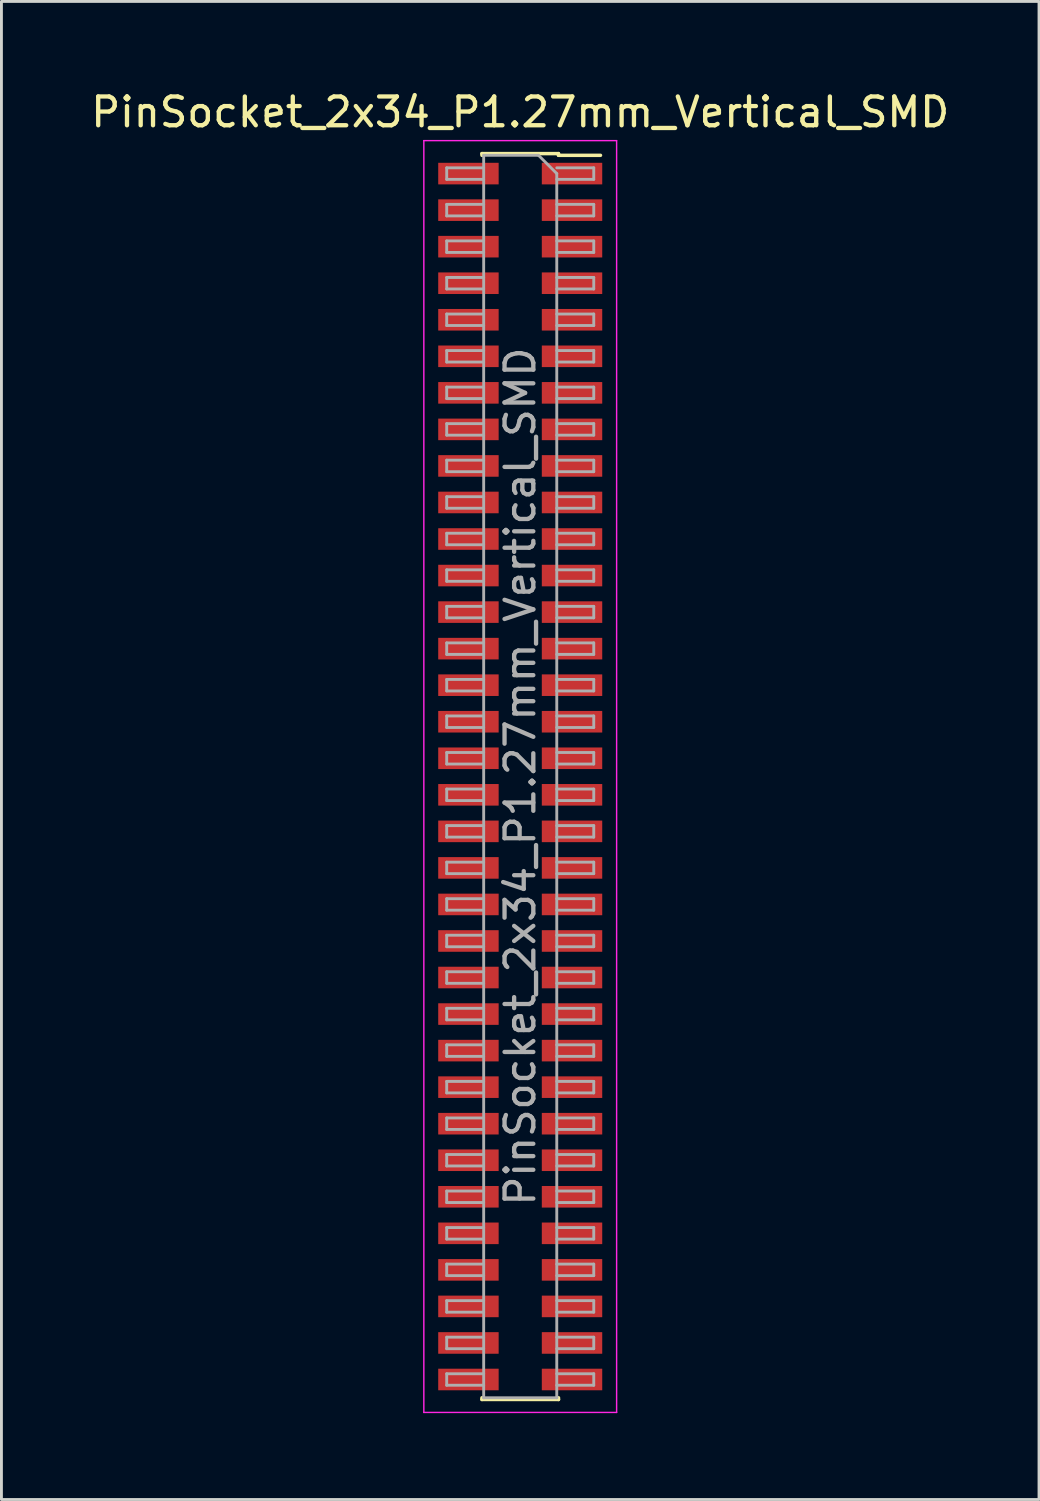
<source format=kicad_pcb>
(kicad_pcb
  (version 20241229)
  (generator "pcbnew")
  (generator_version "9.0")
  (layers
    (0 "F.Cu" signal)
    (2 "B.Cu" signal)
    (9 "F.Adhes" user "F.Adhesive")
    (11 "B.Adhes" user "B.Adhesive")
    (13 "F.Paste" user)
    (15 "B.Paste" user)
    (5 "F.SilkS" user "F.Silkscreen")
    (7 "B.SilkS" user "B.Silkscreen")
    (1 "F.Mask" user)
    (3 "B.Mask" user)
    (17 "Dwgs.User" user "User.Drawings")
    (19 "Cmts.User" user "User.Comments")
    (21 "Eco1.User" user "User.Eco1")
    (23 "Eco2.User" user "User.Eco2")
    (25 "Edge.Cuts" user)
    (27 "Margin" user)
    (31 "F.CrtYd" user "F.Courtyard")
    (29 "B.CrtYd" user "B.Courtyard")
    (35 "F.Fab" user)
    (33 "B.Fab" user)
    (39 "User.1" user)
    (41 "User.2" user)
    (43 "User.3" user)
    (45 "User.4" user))
  (footprint "PinSocket_2x34_P1.27mm_Vertical_SMD"
    (layer "F.Cu")
    (at 15.03 23.938)
    (property "Reference" "PinSocket_2x34_P1.27mm_Vertical_SMD" (at 0 -23.09 0) (layer "F.SilkS") (effects (font (size 1 1) (thickness 0.15))))
    (attr smd)
    (fp_line (start -1.33 -21.65) (end -1.33 -21.59) (stroke (width 0.12) (type solid)) (layer "F.SilkS"))
    (fp_line (start -1.33 -21.65) (end 1.33 -21.65) (stroke (width 0.12) (type solid)) (layer "F.SilkS"))
    (fp_line (start -1.33 21.59) (end -1.33 21.65) (stroke (width 0.12) (type solid)) (layer "F.SilkS"))
    (fp_line (start -1.33 21.65) (end 1.33 21.65) (stroke (width 0.12) (type solid)) (layer "F.SilkS"))
    (fp_line (start 1.33 -21.65) (end 1.33 -21.59) (stroke (width 0.12) (type solid)) (layer "F.SilkS"))
    (fp_line (start 1.33 -21.59) (end 2.79 -21.59) (stroke (width 0.12) (type solid)) (layer "F.SilkS"))
    (fp_line (start 1.33 21.59) (end 1.33 21.65) (stroke (width 0.12) (type solid)) (layer "F.SilkS"))
    (fp_line (start -3.35 -22.1) (end 3.35 -22.1) (stroke (width 0.05) (type solid)) (layer "F.CrtYd"))
    (fp_line (start -3.35 22.1) (end -3.35 -22.1) (stroke (width 0.05) (type solid)) (layer "F.CrtYd"))
    (fp_line (start 3.35 -22.1) (end 3.35 22.1) (stroke (width 0.05) (type solid)) (layer "F.CrtYd"))
    (fp_line (start 3.35 22.1) (end -3.35 22.1) (stroke (width 0.05) (type solid)) (layer "F.CrtYd"))
    (fp_line (start -2.555 -21.155) (end -1.27 -21.155) (stroke (width 0.1) (type solid)) (layer "F.Fab"))
    (fp_line (start -2.555 -20.755) (end -2.555 -21.155) (stroke (width 0.1) (type solid)) (layer "F.Fab"))
    (fp_line (start -2.555 -19.885) (end -1.27 -19.885) (stroke (width 0.1) (type solid)) (layer "F.Fab"))
    (fp_line (start -2.555 -19.485) (end -2.555 -19.885) (stroke (width 0.1) (type solid)) (layer "F.Fab"))
    (fp_line (start -2.555 -18.615) (end -1.27 -18.615) (stroke (width 0.1) (type solid)) (layer "F.Fab"))
    (fp_line (start -2.555 -18.215) (end -2.555 -18.615) (stroke (width 0.1) (type solid)) (layer "F.Fab"))
    (fp_line (start -2.555 -17.345) (end -1.27 -17.345) (stroke (width 0.1) (type solid)) (layer "F.Fab"))
    (fp_line (start -2.555 -16.945) (end -2.555 -17.345) (stroke (width 0.1) (type solid)) (layer "F.Fab"))
    (fp_line (start -2.555 -16.075) (end -1.27 -16.075) (stroke (width 0.1) (type solid)) (layer "F.Fab"))
    (fp_line (start -2.555 -15.675) (end -2.555 -16.075) (stroke (width 0.1) (type solid)) (layer "F.Fab"))
    (fp_line (start -2.555 -14.805) (end -1.27 -14.805) (stroke (width 0.1) (type solid)) (layer "F.Fab"))
    (fp_line (start -2.555 -14.405) (end -2.555 -14.805) (stroke (width 0.1) (type solid)) (layer "F.Fab"))
    (fp_line (start -2.555 -13.535) (end -1.27 -13.535) (stroke (width 0.1) (type solid)) (layer "F.Fab"))
    (fp_line (start -2.555 -13.135) (end -2.555 -13.535) (stroke (width 0.1) (type solid)) (layer "F.Fab"))
    (fp_line (start -2.555 -12.265) (end -1.27 -12.265) (stroke (width 0.1) (type solid)) (layer "F.Fab"))
    (fp_line (start -2.555 -11.865) (end -2.555 -12.265) (stroke (width 0.1) (type solid)) (layer "F.Fab"))
    (fp_line (start -2.555 -10.995) (end -1.27 -10.995) (stroke (width 0.1) (type solid)) (layer "F.Fab"))
    (fp_line (start -2.555 -10.595) (end -2.555 -10.995) (stroke (width 0.1) (type solid)) (layer "F.Fab"))
    (fp_line (start -2.555 -9.725) (end -1.27 -9.725) (stroke (width 0.1) (type solid)) (layer "F.Fab"))
    (fp_line (start -2.555 -9.325) (end -2.555 -9.725) (stroke (width 0.1) (type solid)) (layer "F.Fab"))
    (fp_line (start -2.555 -8.455) (end -1.27 -8.455) (stroke (width 0.1) (type solid)) (layer "F.Fab"))
    (fp_line (start -2.555 -8.055) (end -2.555 -8.455) (stroke (width 0.1) (type solid)) (layer "F.Fab"))
    (fp_line (start -2.555 -7.185) (end -1.27 -7.185) (stroke (width 0.1) (type solid)) (layer "F.Fab"))
    (fp_line (start -2.555 -6.785) (end -2.555 -7.185) (stroke (width 0.1) (type solid)) (layer "F.Fab"))
    (fp_line (start -2.555 -5.915) (end -1.27 -5.915) (stroke (width 0.1) (type solid)) (layer "F.Fab"))
    (fp_line (start -2.555 -5.515) (end -2.555 -5.915) (stroke (width 0.1) (type solid)) (layer "F.Fab"))
    (fp_line (start -2.555 -4.645) (end -1.27 -4.645) (stroke (width 0.1) (type solid)) (layer "F.Fab"))
    (fp_line (start -2.555 -4.245) (end -2.555 -4.645) (stroke (width 0.1) (type solid)) (layer "F.Fab"))
    (fp_line (start -2.555 -3.375) (end -1.27 -3.375) (stroke (width 0.1) (type solid)) (layer "F.Fab"))
    (fp_line (start -2.555 -2.975) (end -2.555 -3.375) (stroke (width 0.1) (type solid)) (layer "F.Fab"))
    (fp_line (start -2.555 -2.105) (end -1.27 -2.105) (stroke (width 0.1) (type solid)) (layer "F.Fab"))
    (fp_line (start -2.555 -1.705) (end -2.555 -2.105) (stroke (width 0.1) (type solid)) (layer "F.Fab"))
    (fp_line (start -2.555 -0.835) (end -1.27 -0.835) (stroke (width 0.1) (type solid)) (layer "F.Fab"))
    (fp_line (start -2.555 -0.435) (end -2.555 -0.835) (stroke (width 0.1) (type solid)) (layer "F.Fab"))
    (fp_line (start -2.555 0.435) (end -1.27 0.435) (stroke (width 0.1) (type solid)) (layer "F.Fab"))
    (fp_line (start -2.555 0.835) (end -2.555 0.435) (stroke (width 0.1) (type solid)) (layer "F.Fab"))
    (fp_line (start -2.555 1.705) (end -1.27 1.705) (stroke (width 0.1) (type solid)) (layer "F.Fab"))
    (fp_line (start -2.555 2.105) (end -2.555 1.705) (stroke (width 0.1) (type solid)) (layer "F.Fab"))
    (fp_line (start -2.555 2.975) (end -1.27 2.975) (stroke (width 0.1) (type solid)) (layer "F.Fab"))
    (fp_line (start -2.555 3.375) (end -2.555 2.975) (stroke (width 0.1) (type solid)) (layer "F.Fab"))
    (fp_line (start -2.555 4.245) (end -1.27 4.245) (stroke (width 0.1) (type solid)) (layer "F.Fab"))
    (fp_line (start -2.555 4.645) (end -2.555 4.245) (stroke (width 0.1) (type solid)) (layer "F.Fab"))
    (fp_line (start -2.555 5.515) (end -1.27 5.515) (stroke (width 0.1) (type solid)) (layer "F.Fab"))
    (fp_line (start -2.555 5.915) (end -2.555 5.515) (stroke (width 0.1) (type solid)) (layer "F.Fab"))
    (fp_line (start -2.555 6.785) (end -1.27 6.785) (stroke (width 0.1) (type solid)) (layer "F.Fab"))
    (fp_line (start -2.555 7.185) (end -2.555 6.785) (stroke (width 0.1) (type solid)) (layer "F.Fab"))
    (fp_line (start -2.555 8.055) (end -1.27 8.055) (stroke (width 0.1) (type solid)) (layer "F.Fab"))
    (fp_line (start -2.555 8.455) (end -2.555 8.055) (stroke (width 0.1) (type solid)) (layer "F.Fab"))
    (fp_line (start -2.555 9.325) (end -1.27 9.325) (stroke (width 0.1) (type solid)) (layer "F.Fab"))
    (fp_line (start -2.555 9.725) (end -2.555 9.325) (stroke (width 0.1) (type solid)) (layer "F.Fab"))
    (fp_line (start -2.555 10.595) (end -1.27 10.595) (stroke (width 0.1) (type solid)) (layer "F.Fab"))
    (fp_line (start -2.555 10.995) (end -2.555 10.595) (stroke (width 0.1) (type solid)) (layer "F.Fab"))
    (fp_line (start -2.555 11.865) (end -1.27 11.865) (stroke (width 0.1) (type solid)) (layer "F.Fab"))
    (fp_line (start -2.555 12.265) (end -2.555 11.865) (stroke (width 0.1) (type solid)) (layer "F.Fab"))
    (fp_line (start -2.555 13.135) (end -1.27 13.135) (stroke (width 0.1) (type solid)) (layer "F.Fab"))
    (fp_line (start -2.555 13.535) (end -2.555 13.135) (stroke (width 0.1) (type solid)) (layer "F.Fab"))
    (fp_line (start -2.555 14.405) (end -1.27 14.405) (stroke (width 0.1) (type solid)) (layer "F.Fab"))
    (fp_line (start -2.555 14.805) (end -2.555 14.405) (stroke (width 0.1) (type solid)) (layer "F.Fab"))
    (fp_line (start -2.555 15.675) (end -1.27 15.675) (stroke (width 0.1) (type solid)) (layer "F.Fab"))
    (fp_line (start -2.555 16.075) (end -2.555 15.675) (stroke (width 0.1) (type solid)) (layer "F.Fab"))
    (fp_line (start -2.555 16.945) (end -1.27 16.945) (stroke (width 0.1) (type solid)) (layer "F.Fab"))
    (fp_line (start -2.555 17.345) (end -2.555 16.945) (stroke (width 0.1) (type solid)) (layer "F.Fab"))
    (fp_line (start -2.555 18.215) (end -1.27 18.215) (stroke (width 0.1) (type solid)) (layer "F.Fab"))
    (fp_line (start -2.555 18.615) (end -2.555 18.215) (stroke (width 0.1) (type solid)) (layer "F.Fab"))
    (fp_line (start -2.555 19.485) (end -1.27 19.485) (stroke (width 0.1) (type solid)) (layer "F.Fab"))
    (fp_line (start -2.555 19.885) (end -2.555 19.485) (stroke (width 0.1) (type solid)) (layer "F.Fab"))
    (fp_line (start -2.555 20.755) (end -1.27 20.755) (stroke (width 0.1) (type solid)) (layer "F.Fab"))
    (fp_line (start -2.555 21.155) (end -2.555 20.755) (stroke (width 0.1) (type solid)) (layer "F.Fab"))
    (fp_line (start -1.27 -21.59) (end 0.635 -21.59) (stroke (width 0.1) (type solid)) (layer "F.Fab"))
    (fp_line (start -1.27 -20.755) (end -2.555 -20.755) (stroke (width 0.1) (type solid)) (layer "F.Fab"))
    (fp_line (start -1.27 -19.485) (end -2.555 -19.485) (stroke (width 0.1) (type solid)) (layer "F.Fab"))
    (fp_line (start -1.27 -18.215) (end -2.555 -18.215) (stroke (width 0.1) (type solid)) (layer "F.Fab"))
    (fp_line (start -1.27 -16.945) (end -2.555 -16.945) (stroke (width 0.1) (type solid)) (layer "F.Fab"))
    (fp_line (start -1.27 -15.675) (end -2.555 -15.675) (stroke (width 0.1) (type solid)) (layer "F.Fab"))
    (fp_line (start -1.27 -14.405) (end -2.555 -14.405) (stroke (width 0.1) (type solid)) (layer "F.Fab"))
    (fp_line (start -1.27 -13.135) (end -2.555 -13.135) (stroke (width 0.1) (type solid)) (layer "F.Fab"))
    (fp_line (start -1.27 -11.865) (end -2.555 -11.865) (stroke (width 0.1) (type solid)) (layer "F.Fab"))
    (fp_line (start -1.27 -10.595) (end -2.555 -10.595) (stroke (width 0.1) (type solid)) (layer "F.Fab"))
    (fp_line (start -1.27 -9.325) (end -2.555 -9.325) (stroke (width 0.1) (type solid)) (layer "F.Fab"))
    (fp_line (start -1.27 -8.055) (end -2.555 -8.055) (stroke (width 0.1) (type solid)) (layer "F.Fab"))
    (fp_line (start -1.27 -6.785) (end -2.555 -6.785) (stroke (width 0.1) (type solid)) (layer "F.Fab"))
    (fp_line (start -1.27 -5.515) (end -2.555 -5.515) (stroke (width 0.1) (type solid)) (layer "F.Fab"))
    (fp_line (start -1.27 -4.245) (end -2.555 -4.245) (stroke (width 0.1) (type solid)) (layer "F.Fab"))
    (fp_line (start -1.27 -2.975) (end -2.555 -2.975) (stroke (width 0.1) (type solid)) (layer "F.Fab"))
    (fp_line (start -1.27 -1.705) (end -2.555 -1.705) (stroke (width 0.1) (type solid)) (layer "F.Fab"))
    (fp_line (start -1.27 -0.435) (end -2.555 -0.435) (stroke (width 0.1) (type solid)) (layer "F.Fab"))
    (fp_line (start -1.27 0.835) (end -2.555 0.835) (stroke (width 0.1) (type solid)) (layer "F.Fab"))
    (fp_line (start -1.27 2.105) (end -2.555 2.105) (stroke (width 0.1) (type solid)) (layer "F.Fab"))
    (fp_line (start -1.27 3.375) (end -2.555 3.375) (stroke (width 0.1) (type solid)) (layer "F.Fab"))
    (fp_line (start -1.27 4.645) (end -2.555 4.645) (stroke (width 0.1) (type solid)) (layer "F.Fab"))
    (fp_line (start -1.27 5.915) (end -2.555 5.915) (stroke (width 0.1) (type solid)) (layer "F.Fab"))
    (fp_line (start -1.27 7.185) (end -2.555 7.185) (stroke (width 0.1) (type solid)) (layer "F.Fab"))
    (fp_line (start -1.27 8.455) (end -2.555 8.455) (stroke (width 0.1) (type solid)) (layer "F.Fab"))
    (fp_line (start -1.27 9.725) (end -2.555 9.725) (stroke (width 0.1) (type solid)) (layer "F.Fab"))
    (fp_line (start -1.27 10.995) (end -2.555 10.995) (stroke (width 0.1) (type solid)) (layer "F.Fab"))
    (fp_line (start -1.27 12.265) (end -2.555 12.265) (stroke (width 0.1) (type solid)) (layer "F.Fab"))
    (fp_line (start -1.27 13.535) (end -2.555 13.535) (stroke (width 0.1) (type solid)) (layer "F.Fab"))
    (fp_line (start -1.27 14.805) (end -2.555 14.805) (stroke (width 0.1) (type solid)) (layer "F.Fab"))
    (fp_line (start -1.27 16.075) (end -2.555 16.075) (stroke (width 0.1) (type solid)) (layer "F.Fab"))
    (fp_line (start -1.27 17.345) (end -2.555 17.345) (stroke (width 0.1) (type solid)) (layer "F.Fab"))
    (fp_line (start -1.27 18.615) (end -2.555 18.615) (stroke (width 0.1) (type solid)) (layer "F.Fab"))
    (fp_line (start -1.27 19.885) (end -2.555 19.885) (stroke (width 0.1) (type solid)) (layer "F.Fab"))
    (fp_line (start -1.27 21.155) (end -2.555 21.155) (stroke (width 0.1) (type solid)) (layer "F.Fab"))
    (fp_line (start -1.27 21.59) (end -1.27 -21.59) (stroke (width 0.1) (type solid)) (layer "F.Fab"))
    (fp_line (start 0.635 -21.59) (end 1.27 -20.955) (stroke (width 0.1) (type solid)) (layer "F.Fab"))
    (fp_line (start 1.27 -21.155) (end 2.555 -21.155) (stroke (width 0.1) (type solid)) (layer "F.Fab"))
    (fp_line (start 1.27 -20.955) (end 1.27 21.59) (stroke (width 0.1) (type solid)) (layer "F.Fab"))
    (fp_line (start 1.27 -19.885) (end 2.555 -19.885) (stroke (width 0.1) (type solid)) (layer "F.Fab"))
    (fp_line (start 1.27 -18.615) (end 2.555 -18.615) (stroke (width 0.1) (type solid)) (layer "F.Fab"))
    (fp_line (start 1.27 -17.345) (end 2.555 -17.345) (stroke (width 0.1) (type solid)) (layer "F.Fab"))
    (fp_line (start 1.27 -16.075) (end 2.555 -16.075) (stroke (width 0.1) (type solid)) (layer "F.Fab"))
    (fp_line (start 1.27 -14.805) (end 2.555 -14.805) (stroke (width 0.1) (type solid)) (layer "F.Fab"))
    (fp_line (start 1.27 -13.535) (end 2.555 -13.535) (stroke (width 0.1) (type solid)) (layer "F.Fab"))
    (fp_line (start 1.27 -12.265) (end 2.555 -12.265) (stroke (width 0.1) (type solid)) (layer "F.Fab"))
    (fp_line (start 1.27 -10.995) (end 2.555 -10.995) (stroke (width 0.1) (type solid)) (layer "F.Fab"))
    (fp_line (start 1.27 -9.725) (end 2.555 -9.725) (stroke (width 0.1) (type solid)) (layer "F.Fab"))
    (fp_line (start 1.27 -8.455) (end 2.555 -8.455) (stroke (width 0.1) (type solid)) (layer "F.Fab"))
    (fp_line (start 1.27 -7.185) (end 2.555 -7.185) (stroke (width 0.1) (type solid)) (layer "F.Fab"))
    (fp_line (start 1.27 -5.915) (end 2.555 -5.915) (stroke (width 0.1) (type solid)) (layer "F.Fab"))
    (fp_line (start 1.27 -4.645) (end 2.555 -4.645) (stroke (width 0.1) (type solid)) (layer "F.Fab"))
    (fp_line (start 1.27 -3.375) (end 2.555 -3.375) (stroke (width 0.1) (type solid)) (layer "F.Fab"))
    (fp_line (start 1.27 -2.105) (end 2.555 -2.105) (stroke (width 0.1) (type solid)) (layer "F.Fab"))
    (fp_line (start 1.27 -0.835) (end 2.555 -0.835) (stroke (width 0.1) (type solid)) (layer "F.Fab"))
    (fp_line (start 1.27 0.435) (end 2.555 0.435) (stroke (width 0.1) (type solid)) (layer "F.Fab"))
    (fp_line (start 1.27 1.705) (end 2.555 1.705) (stroke (width 0.1) (type solid)) (layer "F.Fab"))
    (fp_line (start 1.27 2.975) (end 2.555 2.975) (stroke (width 0.1) (type solid)) (layer "F.Fab"))
    (fp_line (start 1.27 4.245) (end 2.555 4.245) (stroke (width 0.1) (type solid)) (layer "F.Fab"))
    (fp_line (start 1.27 5.515) (end 2.555 5.515) (stroke (width 0.1) (type solid)) (layer "F.Fab"))
    (fp_line (start 1.27 6.785) (end 2.555 6.785) (stroke (width 0.1) (type solid)) (layer "F.Fab"))
    (fp_line (start 1.27 8.055) (end 2.555 8.055) (stroke (width 0.1) (type solid)) (layer "F.Fab"))
    (fp_line (start 1.27 9.325) (end 2.555 9.325) (stroke (width 0.1) (type solid)) (layer "F.Fab"))
    (fp_line (start 1.27 10.595) (end 2.555 10.595) (stroke (width 0.1) (type solid)) (layer "F.Fab"))
    (fp_line (start 1.27 11.865) (end 2.555 11.865) (stroke (width 0.1) (type solid)) (layer "F.Fab"))
    (fp_line (start 1.27 13.135) (end 2.555 13.135) (stroke (width 0.1) (type solid)) (layer "F.Fab"))
    (fp_line (start 1.27 14.405) (end 2.555 14.405) (stroke (width 0.1) (type solid)) (layer "F.Fab"))
    (fp_line (start 1.27 15.675) (end 2.555 15.675) (stroke (width 0.1) (type solid)) (layer "F.Fab"))
    (fp_line (start 1.27 16.945) (end 2.555 16.945) (stroke (width 0.1) (type solid)) (layer "F.Fab"))
    (fp_line (start 1.27 18.215) (end 2.555 18.215) (stroke (width 0.1) (type solid)) (layer "F.Fab"))
    (fp_line (start 1.27 19.485) (end 2.555 19.485) (stroke (width 0.1) (type solid)) (layer "F.Fab"))
    (fp_line (start 1.27 20.755) (end 2.555 20.755) (stroke (width 0.1) (type solid)) (layer "F.Fab"))
    (fp_line (start 1.27 21.59) (end -1.27 21.59) (stroke (width 0.1) (type solid)) (layer "F.Fab"))
    (fp_line (start 2.555 -21.155) (end 2.555 -20.755) (stroke (width 0.1) (type solid)) (layer "F.Fab"))
    (fp_line (start 2.555 -20.755) (end 1.27 -20.755) (stroke (width 0.1) (type solid)) (layer "F.Fab"))
    (fp_line (start 2.555 -19.885) (end 2.555 -19.485) (stroke (width 0.1) (type solid)) (layer "F.Fab"))
    (fp_line (start 2.555 -19.485) (end 1.27 -19.485) (stroke (width 0.1) (type solid)) (layer "F.Fab"))
    (fp_line (start 2.555 -18.615) (end 2.555 -18.215) (stroke (width 0.1) (type solid)) (layer "F.Fab"))
    (fp_line (start 2.555 -18.215) (end 1.27 -18.215) (stroke (width 0.1) (type solid)) (layer "F.Fab"))
    (fp_line (start 2.555 -17.345) (end 2.555 -16.945) (stroke (width 0.1) (type solid)) (layer "F.Fab"))
    (fp_line (start 2.555 -16.945) (end 1.27 -16.945) (stroke (width 0.1) (type solid)) (layer "F.Fab"))
    (fp_line (start 2.555 -16.075) (end 2.555 -15.675) (stroke (width 0.1) (type solid)) (layer "F.Fab"))
    (fp_line (start 2.555 -15.675) (end 1.27 -15.675) (stroke (width 0.1) (type solid)) (layer "F.Fab"))
    (fp_line (start 2.555 -14.805) (end 2.555 -14.405) (stroke (width 0.1) (type solid)) (layer "F.Fab"))
    (fp_line (start 2.555 -14.405) (end 1.27 -14.405) (stroke (width 0.1) (type solid)) (layer "F.Fab"))
    (fp_line (start 2.555 -13.535) (end 2.555 -13.135) (stroke (width 0.1) (type solid)) (layer "F.Fab"))
    (fp_line (start 2.555 -13.135) (end 1.27 -13.135) (stroke (width 0.1) (type solid)) (layer "F.Fab"))
    (fp_line (start 2.555 -12.265) (end 2.555 -11.865) (stroke (width 0.1) (type solid)) (layer "F.Fab"))
    (fp_line (start 2.555 -11.865) (end 1.27 -11.865) (stroke (width 0.1) (type solid)) (layer "F.Fab"))
    (fp_line (start 2.555 -10.995) (end 2.555 -10.595) (stroke (width 0.1) (type solid)) (layer "F.Fab"))
    (fp_line (start 2.555 -10.595) (end 1.27 -10.595) (stroke (width 0.1) (type solid)) (layer "F.Fab"))
    (fp_line (start 2.555 -9.725) (end 2.555 -9.325) (stroke (width 0.1) (type solid)) (layer "F.Fab"))
    (fp_line (start 2.555 -9.325) (end 1.27 -9.325) (stroke (width 0.1) (type solid)) (layer "F.Fab"))
    (fp_line (start 2.555 -8.455) (end 2.555 -8.055) (stroke (width 0.1) (type solid)) (layer "F.Fab"))
    (fp_line (start 2.555 -8.055) (end 1.27 -8.055) (stroke (width 0.1) (type solid)) (layer "F.Fab"))
    (fp_line (start 2.555 -7.185) (end 2.555 -6.785) (stroke (width 0.1) (type solid)) (layer "F.Fab"))
    (fp_line (start 2.555 -6.785) (end 1.27 -6.785) (stroke (width 0.1) (type solid)) (layer "F.Fab"))
    (fp_line (start 2.555 -5.915) (end 2.555 -5.515) (stroke (width 0.1) (type solid)) (layer "F.Fab"))
    (fp_line (start 2.555 -5.515) (end 1.27 -5.515) (stroke (width 0.1) (type solid)) (layer "F.Fab"))
    (fp_line (start 2.555 -4.645) (end 2.555 -4.245) (stroke (width 0.1) (type solid)) (layer "F.Fab"))
    (fp_line (start 2.555 -4.245) (end 1.27 -4.245) (stroke (width 0.1) (type solid)) (layer "F.Fab"))
    (fp_line (start 2.555 -3.375) (end 2.555 -2.975) (stroke (width 0.1) (type solid)) (layer "F.Fab"))
    (fp_line (start 2.555 -2.975) (end 1.27 -2.975) (stroke (width 0.1) (type solid)) (layer "F.Fab"))
    (fp_line (start 2.555 -2.105) (end 2.555 -1.705) (stroke (width 0.1) (type solid)) (layer "F.Fab"))
    (fp_line (start 2.555 -1.705) (end 1.27 -1.705) (stroke (width 0.1) (type solid)) (layer "F.Fab"))
    (fp_line (start 2.555 -0.835) (end 2.555 -0.435) (stroke (width 0.1) (type solid)) (layer "F.Fab"))
    (fp_line (start 2.555 -0.435) (end 1.27 -0.435) (stroke (width 0.1) (type solid)) (layer "F.Fab"))
    (fp_line (start 2.555 0.435) (end 2.555 0.835) (stroke (width 0.1) (type solid)) (layer "F.Fab"))
    (fp_line (start 2.555 0.835) (end 1.27 0.835) (stroke (width 0.1) (type solid)) (layer "F.Fab"))
    (fp_line (start 2.555 1.705) (end 2.555 2.105) (stroke (width 0.1) (type solid)) (layer "F.Fab"))
    (fp_line (start 2.555 2.105) (end 1.27 2.105) (stroke (width 0.1) (type solid)) (layer "F.Fab"))
    (fp_line (start 2.555 2.975) (end 2.555 3.375) (stroke (width 0.1) (type solid)) (layer "F.Fab"))
    (fp_line (start 2.555 3.375) (end 1.27 3.375) (stroke (width 0.1) (type solid)) (layer "F.Fab"))
    (fp_line (start 2.555 4.245) (end 2.555 4.645) (stroke (width 0.1) (type solid)) (layer "F.Fab"))
    (fp_line (start 2.555 4.645) (end 1.27 4.645) (stroke (width 0.1) (type solid)) (layer "F.Fab"))
    (fp_line (start 2.555 5.515) (end 2.555 5.915) (stroke (width 0.1) (type solid)) (layer "F.Fab"))
    (fp_line (start 2.555 5.915) (end 1.27 5.915) (stroke (width 0.1) (type solid)) (layer "F.Fab"))
    (fp_line (start 2.555 6.785) (end 2.555 7.185) (stroke (width 0.1) (type solid)) (layer "F.Fab"))
    (fp_line (start 2.555 7.185) (end 1.27 7.185) (stroke (width 0.1) (type solid)) (layer "F.Fab"))
    (fp_line (start 2.555 8.055) (end 2.555 8.455) (stroke (width 0.1) (type solid)) (layer "F.Fab"))
    (fp_line (start 2.555 8.455) (end 1.27 8.455) (stroke (width 0.1) (type solid)) (layer "F.Fab"))
    (fp_line (start 2.555 9.325) (end 2.555 9.725) (stroke (width 0.1) (type solid)) (layer "F.Fab"))
    (fp_line (start 2.555 9.725) (end 1.27 9.725) (stroke (width 0.1) (type solid)) (layer "F.Fab"))
    (fp_line (start 2.555 10.595) (end 2.555 10.995) (stroke (width 0.1) (type solid)) (layer "F.Fab"))
    (fp_line (start 2.555 10.995) (end 1.27 10.995) (stroke (width 0.1) (type solid)) (layer "F.Fab"))
    (fp_line (start 2.555 11.865) (end 2.555 12.265) (stroke (width 0.1) (type solid)) (layer "F.Fab"))
    (fp_line (start 2.555 12.265) (end 1.27 12.265) (stroke (width 0.1) (type solid)) (layer "F.Fab"))
    (fp_line (start 2.555 13.135) (end 2.555 13.535) (stroke (width 0.1) (type solid)) (layer "F.Fab"))
    (fp_line (start 2.555 13.535) (end 1.27 13.535) (stroke (width 0.1) (type solid)) (layer "F.Fab"))
    (fp_line (start 2.555 14.405) (end 2.555 14.805) (stroke (width 0.1) (type solid)) (layer "F.Fab"))
    (fp_line (start 2.555 14.805) (end 1.27 14.805) (stroke (width 0.1) (type solid)) (layer "F.Fab"))
    (fp_line (start 2.555 15.675) (end 2.555 16.075) (stroke (width 0.1) (type solid)) (layer "F.Fab"))
    (fp_line (start 2.555 16.075) (end 1.27 16.075) (stroke (width 0.1) (type solid)) (layer "F.Fab"))
    (fp_line (start 2.555 16.945) (end 2.555 17.345) (stroke (width 0.1) (type solid)) (layer "F.Fab"))
    (fp_line (start 2.555 17.345) (end 1.27 17.345) (stroke (width 0.1) (type solid)) (layer "F.Fab"))
    (fp_line (start 2.555 18.215) (end 2.555 18.615) (stroke (width 0.1) (type solid)) (layer "F.Fab"))
    (fp_line (start 2.555 18.615) (end 1.27 18.615) (stroke (width 0.1) (type solid)) (layer "F.Fab"))
    (fp_line (start 2.555 19.485) (end 2.555 19.885) (stroke (width 0.1) (type solid)) (layer "F.Fab"))
    (fp_line (start 2.555 19.885) (end 1.27 19.885) (stroke (width 0.1) (type solid)) (layer "F.Fab"))
    (fp_line (start 2.555 20.755) (end 2.555 21.155) (stroke (width 0.1) (type solid)) (layer "F.Fab"))
    (fp_line (start 2.555 21.155) (end 1.27 21.155) (stroke (width 0.1) (type solid)) (layer "F.Fab"))
    (fp_text user "${REFERENCE}" (at 0 0 90) (layer "F.Fab") (effects (font (size 1 1) (thickness 0.15))))
    (pad "1" smd rect (at 1.8 -20.955) (size 2.1 0.75) (layers "F.Cu" "F.Mask" "F.Paste"))
    (pad "2" smd rect (at -1.8 -20.955) (size 2.1 0.75) (layers "F.Cu" "F.Mask" "F.Paste"))
    (pad "3" smd rect (at 1.8 -19.685) (size 2.1 0.75) (layers "F.Cu" "F.Mask" "F.Paste"))
    (pad "4" smd rect (at -1.8 -19.685) (size 2.1 0.75) (layers "F.Cu" "F.Mask" "F.Paste"))
    (pad "5" smd rect (at 1.8 -18.415) (size 2.1 0.75) (layers "F.Cu" "F.Mask" "F.Paste"))
    (pad "6" smd rect (at -1.8 -18.415) (size 2.1 0.75) (layers "F.Cu" "F.Mask" "F.Paste"))
    (pad "7" smd rect (at 1.8 -17.145) (size 2.1 0.75) (layers "F.Cu" "F.Mask" "F.Paste"))
    (pad "8" smd rect (at -1.8 -17.145) (size 2.1 0.75) (layers "F.Cu" "F.Mask" "F.Paste"))
    (pad "9" smd rect (at 1.8 -15.875) (size 2.1 0.75) (layers "F.Cu" "F.Mask" "F.Paste"))
    (pad "10" smd rect (at -1.8 -15.875) (size 2.1 0.75) (layers "F.Cu" "F.Mask" "F.Paste"))
    (pad "11" smd rect (at 1.8 -14.605) (size 2.1 0.75) (layers "F.Cu" "F.Mask" "F.Paste"))
    (pad "12" smd rect (at -1.8 -14.605) (size 2.1 0.75) (layers "F.Cu" "F.Mask" "F.Paste"))
    (pad "13" smd rect (at 1.8 -13.335) (size 2.1 0.75) (layers "F.Cu" "F.Mask" "F.Paste"))
    (pad "14" smd rect (at -1.8 -13.335) (size 2.1 0.75) (layers "F.Cu" "F.Mask" "F.Paste"))
    (pad "15" smd rect (at 1.8 -12.065) (size 2.1 0.75) (layers "F.Cu" "F.Mask" "F.Paste"))
    (pad "16" smd rect (at -1.8 -12.065) (size 2.1 0.75) (layers "F.Cu" "F.Mask" "F.Paste"))
    (pad "17" smd rect (at 1.8 -10.795) (size 2.1 0.75) (layers "F.Cu" "F.Mask" "F.Paste"))
    (pad "18" smd rect (at -1.8 -10.795) (size 2.1 0.75) (layers "F.Cu" "F.Mask" "F.Paste"))
    (pad "19" smd rect (at 1.8 -9.525) (size 2.1 0.75) (layers "F.Cu" "F.Mask" "F.Paste"))
    (pad "20" smd rect (at -1.8 -9.525) (size 2.1 0.75) (layers "F.Cu" "F.Mask" "F.Paste"))
    (pad "21" smd rect (at 1.8 -8.255) (size 2.1 0.75) (layers "F.Cu" "F.Mask" "F.Paste"))
    (pad "22" smd rect (at -1.8 -8.255) (size 2.1 0.75) (layers "F.Cu" "F.Mask" "F.Paste"))
    (pad "23" smd rect (at 1.8 -6.985) (size 2.1 0.75) (layers "F.Cu" "F.Mask" "F.Paste"))
    (pad "24" smd rect (at -1.8 -6.985) (size 2.1 0.75) (layers "F.Cu" "F.Mask" "F.Paste"))
    (pad "25" smd rect (at 1.8 -5.715) (size 2.1 0.75) (layers "F.Cu" "F.Mask" "F.Paste"))
    (pad "26" smd rect (at -1.8 -5.715) (size 2.1 0.75) (layers "F.Cu" "F.Mask" "F.Paste"))
    (pad "27" smd rect (at 1.8 -4.445) (size 2.1 0.75) (layers "F.Cu" "F.Mask" "F.Paste"))
    (pad "28" smd rect (at -1.8 -4.445) (size 2.1 0.75) (layers "F.Cu" "F.Mask" "F.Paste"))
    (pad "29" smd rect (at 1.8 -3.175) (size 2.1 0.75) (layers "F.Cu" "F.Mask" "F.Paste"))
    (pad "30" smd rect (at -1.8 -3.175) (size 2.1 0.75) (layers "F.Cu" "F.Mask" "F.Paste"))
    (pad "31" smd rect (at 1.8 -1.905) (size 2.1 0.75) (layers "F.Cu" "F.Mask" "F.Paste"))
    (pad "32" smd rect (at -1.8 -1.905) (size 2.1 0.75) (layers "F.Cu" "F.Mask" "F.Paste"))
    (pad "33" smd rect (at 1.8 -0.635) (size 2.1 0.75) (layers "F.Cu" "F.Mask" "F.Paste"))
    (pad "34" smd rect (at -1.8 -0.635) (size 2.1 0.75) (layers "F.Cu" "F.Mask" "F.Paste"))
    (pad "35" smd rect (at 1.8 0.635) (size 2.1 0.75) (layers "F.Cu" "F.Mask" "F.Paste"))
    (pad "36" smd rect (at -1.8 0.635) (size 2.1 0.75) (layers "F.Cu" "F.Mask" "F.Paste"))
    (pad "37" smd rect (at 1.8 1.905) (size 2.1 0.75) (layers "F.Cu" "F.Mask" "F.Paste"))
    (pad "38" smd rect (at -1.8 1.905) (size 2.1 0.75) (layers "F.Cu" "F.Mask" "F.Paste"))
    (pad "39" smd rect (at 1.8 3.175) (size 2.1 0.75) (layers "F.Cu" "F.Mask" "F.Paste"))
    (pad "40" smd rect (at -1.8 3.175) (size 2.1 0.75) (layers "F.Cu" "F.Mask" "F.Paste"))
    (pad "41" smd rect (at 1.8 4.445) (size 2.1 0.75) (layers "F.Cu" "F.Mask" "F.Paste"))
    (pad "42" smd rect (at -1.8 4.445) (size 2.1 0.75) (layers "F.Cu" "F.Mask" "F.Paste"))
    (pad "43" smd rect (at 1.8 5.715) (size 2.1 0.75) (layers "F.Cu" "F.Mask" "F.Paste"))
    (pad "44" smd rect (at -1.8 5.715) (size 2.1 0.75) (layers "F.Cu" "F.Mask" "F.Paste"))
    (pad "45" smd rect (at 1.8 6.985) (size 2.1 0.75) (layers "F.Cu" "F.Mask" "F.Paste"))
    (pad "46" smd rect (at -1.8 6.985) (size 2.1 0.75) (layers "F.Cu" "F.Mask" "F.Paste"))
    (pad "47" smd rect (at 1.8 8.255) (size 2.1 0.75) (layers "F.Cu" "F.Mask" "F.Paste"))
    (pad "48" smd rect (at -1.8 8.255) (size 2.1 0.75) (layers "F.Cu" "F.Mask" "F.Paste"))
    (pad "49" smd rect (at 1.8 9.525) (size 2.1 0.75) (layers "F.Cu" "F.Mask" "F.Paste"))
    (pad "50" smd rect (at -1.8 9.525) (size 2.1 0.75) (layers "F.Cu" "F.Mask" "F.Paste"))
    (pad "51" smd rect (at 1.8 10.795) (size 2.1 0.75) (layers "F.Cu" "F.Mask" "F.Paste"))
    (pad "52" smd rect (at -1.8 10.795) (size 2.1 0.75) (layers "F.Cu" "F.Mask" "F.Paste"))
    (pad "53" smd rect (at 1.8 12.065) (size 2.1 0.75) (layers "F.Cu" "F.Mask" "F.Paste"))
    (pad "54" smd rect (at -1.8 12.065) (size 2.1 0.75) (layers "F.Cu" "F.Mask" "F.Paste"))
    (pad "55" smd rect (at 1.8 13.335) (size 2.1 0.75) (layers "F.Cu" "F.Mask" "F.Paste"))
    (pad "56" smd rect (at -1.8 13.335) (size 2.1 0.75) (layers "F.Cu" "F.Mask" "F.Paste"))
    (pad "57" smd rect (at 1.8 14.605) (size 2.1 0.75) (layers "F.Cu" "F.Mask" "F.Paste"))
    (pad "58" smd rect (at -1.8 14.605) (size 2.1 0.75) (layers "F.Cu" "F.Mask" "F.Paste"))
    (pad "59" smd rect (at 1.8 15.875) (size 2.1 0.75) (layers "F.Cu" "F.Mask" "F.Paste"))
    (pad "60" smd rect (at -1.8 15.875) (size 2.1 0.75) (layers "F.Cu" "F.Mask" "F.Paste"))
    (pad "61" smd rect (at 1.8 17.145) (size 2.1 0.75) (layers "F.Cu" "F.Mask" "F.Paste"))
    (pad "62" smd rect (at -1.8 17.145) (size 2.1 0.75) (layers "F.Cu" "F.Mask" "F.Paste"))
    (pad "63" smd rect (at 1.8 18.415) (size 2.1 0.75) (layers "F.Cu" "F.Mask" "F.Paste"))
    (pad "64" smd rect (at -1.8 18.415) (size 2.1 0.75) (layers "F.Cu" "F.Mask" "F.Paste"))
    (pad "65" smd rect (at 1.8 19.685) (size 2.1 0.75) (layers "F.Cu" "F.Mask" "F.Paste"))
    (pad "66" smd rect (at -1.8 19.685) (size 2.1 0.75) (layers "F.Cu" "F.Mask" "F.Paste"))
    (pad "67" smd rect (at 1.8 20.955) (size 2.1 0.75) (layers "F.Cu" "F.Mask" "F.Paste"))
    (pad "68" smd rect (at -1.8 20.955) (size 2.1 0.75) (layers "F.Cu" "F.Mask" "F.Paste")))
  (gr_rect
    (start -3 -3)
    (end 33.06 49.063)
    (stroke (width 0.1) (type default))
    (fill no)
    (layer "Edge.Cuts")))
</source>
